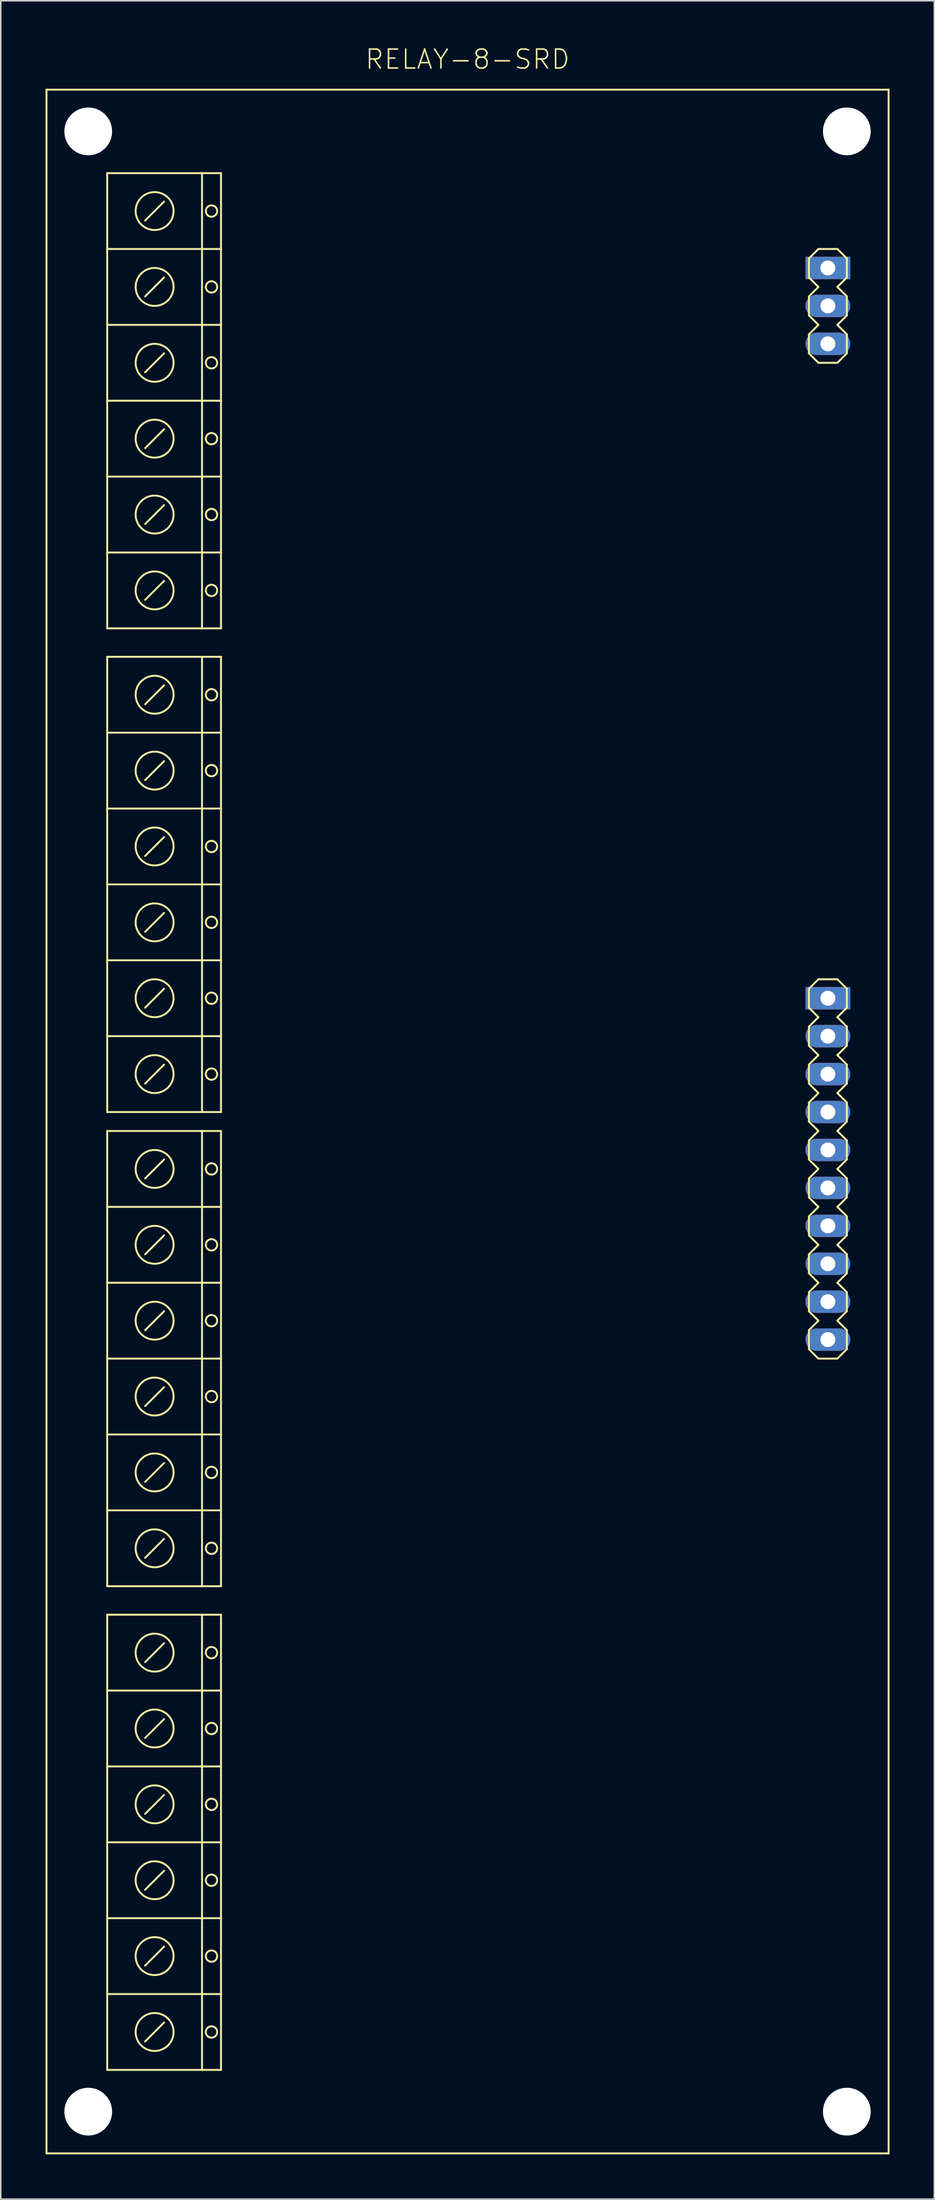
<source format=kicad_pcb>
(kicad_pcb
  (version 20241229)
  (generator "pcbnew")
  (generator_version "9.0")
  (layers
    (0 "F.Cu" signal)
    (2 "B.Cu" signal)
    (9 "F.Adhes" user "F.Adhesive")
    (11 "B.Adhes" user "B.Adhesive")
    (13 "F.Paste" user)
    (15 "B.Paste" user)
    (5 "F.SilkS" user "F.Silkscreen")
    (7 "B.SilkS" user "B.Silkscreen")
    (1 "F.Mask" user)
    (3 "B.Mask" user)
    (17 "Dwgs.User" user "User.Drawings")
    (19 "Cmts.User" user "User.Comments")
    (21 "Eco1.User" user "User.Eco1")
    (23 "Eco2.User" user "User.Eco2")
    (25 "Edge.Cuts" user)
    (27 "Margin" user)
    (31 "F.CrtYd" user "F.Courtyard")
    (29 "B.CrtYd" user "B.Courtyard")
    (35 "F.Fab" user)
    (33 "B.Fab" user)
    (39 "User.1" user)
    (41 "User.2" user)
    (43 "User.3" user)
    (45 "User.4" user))
  (footprint "RELAY-8-SRD"
    (layer "F.Cu")
    (at 28.258 72.041)
    (property "Reference" "RELAY-8-SRD" (at 0 -71.12 0) (layer "F.SilkS") (effects (font (size 1.27 1.27) (thickness 0.102))))
    (attr exclude_from_pos_files exclude_from_bom)
    (fp_line (start -28.194 -69.088) (end 28.194 -69.088) (stroke (width 0.127) (type solid)) (layer "F.SilkS"))
    (fp_line (start -28.194 69.088) (end -28.194 -69.088) (stroke (width 0.127) (type solid)) (layer "F.SilkS"))
    (fp_line (start -24.13 -63.5) (end -17.78 -63.5) (stroke (width 0.127) (type solid)) (layer "F.SilkS"))
    (fp_line (start -24.13 -58.42) (end -24.13 -63.5) (stroke (width 0.127) (type solid)) (layer "F.SilkS"))
    (fp_line (start -24.13 -53.34) (end -24.13 -58.42) (stroke (width 0.127) (type solid)) (layer "F.SilkS"))
    (fp_line (start -24.13 -53.34) (end -24.13 -48.26) (stroke (width 0.127) (type solid)) (layer "F.SilkS"))
    (fp_line (start -24.13 -48.26) (end -24.13 -43.18) (stroke (width 0.127) (type solid)) (layer "F.SilkS"))
    (fp_line (start -24.13 -48.26) (end -16.51 -48.26) (stroke (width 0.127) (type solid)) (layer "F.SilkS"))
    (fp_line (start -24.13 -43.18) (end -24.13 -38.1) (stroke (width 0.127) (type solid)) (layer "F.SilkS"))
    (fp_line (start -24.13 -43.18) (end -16.51 -43.18) (stroke (width 0.127) (type solid)) (layer "F.SilkS"))
    (fp_line (start -24.13 -38.1) (end -24.13 -33.02) (stroke (width 0.127) (type solid)) (layer "F.SilkS"))
    (fp_line (start -24.13 -38.1) (end -16.51 -38.1) (stroke (width 0.127) (type solid)) (layer "F.SilkS"))
    (fp_line (start -24.13 -33.02) (end -17.78 -33.02) (stroke (width 0.127) (type solid)) (layer "F.SilkS"))
    (fp_line (start -24.13 -31.115) (end -17.78 -31.115) (stroke (width 0.127) (type solid)) (layer "F.SilkS"))
    (fp_line (start -24.13 -26.035) (end -24.13 -31.115) (stroke (width 0.127) (type solid)) (layer "F.SilkS"))
    (fp_line (start -24.13 -20.955) (end -24.13 -26.035) (stroke (width 0.127) (type solid)) (layer "F.SilkS"))
    (fp_line (start -24.13 -20.955) (end -24.13 -15.875) (stroke (width 0.127) (type solid)) (layer "F.SilkS"))
    (fp_line (start -24.13 -15.875) (end -24.13 -10.795) (stroke (width 0.127) (type solid)) (layer "F.SilkS"))
    (fp_line (start -24.13 -15.875) (end -16.51 -15.875) (stroke (width 0.127) (type solid)) (layer "F.SilkS"))
    (fp_line (start -24.13 -10.795) (end -24.13 -5.715) (stroke (width 0.127) (type solid)) (layer "F.SilkS"))
    (fp_line (start -24.13 -10.795) (end -16.51 -10.795) (stroke (width 0.127) (type solid)) (layer "F.SilkS"))
    (fp_line (start -24.13 -5.715) (end -24.13 -0.635) (stroke (width 0.127) (type solid)) (layer "F.SilkS"))
    (fp_line (start -24.13 -5.715) (end -16.51 -5.715) (stroke (width 0.127) (type solid)) (layer "F.SilkS"))
    (fp_line (start -24.13 -0.635) (end -17.78 -0.635) (stroke (width 0.127) (type solid)) (layer "F.SilkS"))
    (fp_line (start -24.13 0.635) (end -17.78 0.635) (stroke (width 0.127) (type solid)) (layer "F.SilkS"))
    (fp_line (start -24.13 5.715) (end -24.13 0.635) (stroke (width 0.127) (type solid)) (layer "F.SilkS"))
    (fp_line (start -24.13 10.795) (end -24.13 5.715) (stroke (width 0.127) (type solid)) (layer "F.SilkS"))
    (fp_line (start -24.13 10.795) (end -24.13 15.875) (stroke (width 0.127) (type solid)) (layer "F.SilkS"))
    (fp_line (start -24.13 15.875) (end -24.13 20.955) (stroke (width 0.127) (type solid)) (layer "F.SilkS"))
    (fp_line (start -24.13 15.875) (end -16.51 15.875) (stroke (width 0.127) (type solid)) (layer "F.SilkS"))
    (fp_line (start -24.13 20.955) (end -24.13 26.035) (stroke (width 0.127) (type solid)) (layer "F.SilkS"))
    (fp_line (start -24.13 20.955) (end -16.51 20.955) (stroke (width 0.127) (type solid)) (layer "F.SilkS"))
    (fp_line (start -24.13 26.035) (end -24.13 31.115) (stroke (width 0.127) (type solid)) (layer "F.SilkS"))
    (fp_line (start -24.13 26.035) (end -16.51 26.035) (stroke (width 0.127) (type solid)) (layer "F.SilkS"))
    (fp_line (start -24.13 31.115) (end -17.78 31.115) (stroke (width 0.127) (type solid)) (layer "F.SilkS"))
    (fp_line (start -24.13 33.02) (end -17.78 33.02) (stroke (width 0.127) (type solid)) (layer "F.SilkS"))
    (fp_line (start -24.13 38.1) (end -24.13 33.02) (stroke (width 0.127) (type solid)) (layer "F.SilkS"))
    (fp_line (start -24.13 43.18) (end -24.13 38.1) (stroke (width 0.127) (type solid)) (layer "F.SilkS"))
    (fp_line (start -24.13 43.18) (end -24.13 48.26) (stroke (width 0.127) (type solid)) (layer "F.SilkS"))
    (fp_line (start -24.13 48.26) (end -24.13 53.34) (stroke (width 0.127) (type solid)) (layer "F.SilkS"))
    (fp_line (start -24.13 48.26) (end -16.51 48.26) (stroke (width 0.127) (type solid)) (layer "F.SilkS"))
    (fp_line (start -24.13 53.34) (end -24.13 58.42) (stroke (width 0.127) (type solid)) (layer "F.SilkS"))
    (fp_line (start -24.13 53.34) (end -16.51 53.34) (stroke (width 0.127) (type solid)) (layer "F.SilkS"))
    (fp_line (start -24.13 58.42) (end -24.13 63.5) (stroke (width 0.127) (type solid)) (layer "F.SilkS"))
    (fp_line (start -24.13 58.42) (end -16.51 58.42) (stroke (width 0.127) (type solid)) (layer "F.SilkS"))
    (fp_line (start -24.13 63.5) (end -17.78 63.5) (stroke (width 0.127) (type solid)) (layer "F.SilkS"))
    (fp_line (start -20.32 -61.595) (end -21.59 -60.325) (stroke (width 0.127) (type solid)) (layer "F.SilkS"))
    (fp_line (start -20.32 -56.515) (end -21.59 -55.245) (stroke (width 0.127) (type solid)) (layer "F.SilkS"))
    (fp_line (start -20.32 -51.435) (end -21.59 -50.165) (stroke (width 0.127) (type solid)) (layer "F.SilkS"))
    (fp_line (start -20.32 -46.355) (end -21.59 -45.085) (stroke (width 0.127) (type solid)) (layer "F.SilkS"))
    (fp_line (start -20.32 -41.275) (end -21.59 -40.005) (stroke (width 0.127) (type solid)) (layer "F.SilkS"))
    (fp_line (start -20.32 -36.195) (end -21.59 -34.925) (stroke (width 0.127) (type solid)) (layer "F.SilkS"))
    (fp_line (start -20.32 -29.21) (end -21.59 -27.94) (stroke (width 0.127) (type solid)) (layer "F.SilkS"))
    (fp_line (start -20.32 -24.13) (end -21.59 -22.86) (stroke (width 0.127) (type solid)) (layer "F.SilkS"))
    (fp_line (start -20.32 -19.05) (end -21.59 -17.78) (stroke (width 0.127) (type solid)) (layer "F.SilkS"))
    (fp_line (start -20.32 -13.97) (end -21.59 -12.7) (stroke (width 0.127) (type solid)) (layer "F.SilkS"))
    (fp_line (start -20.32 -8.89) (end -21.59 -7.62) (stroke (width 0.127) (type solid)) (layer "F.SilkS"))
    (fp_line (start -20.32 -3.81) (end -21.59 -2.54) (stroke (width 0.127) (type solid)) (layer "F.SilkS"))
    (fp_line (start -20.32 2.54) (end -21.59 3.81) (stroke (width 0.127) (type solid)) (layer "F.SilkS"))
    (fp_line (start -20.32 7.62) (end -21.59 8.89) (stroke (width 0.127) (type solid)) (layer "F.SilkS"))
    (fp_line (start -20.32 12.7) (end -21.59 13.97) (stroke (width 0.127) (type solid)) (layer "F.SilkS"))
    (fp_line (start -20.32 17.78) (end -21.59 19.05) (stroke (width 0.127) (type solid)) (layer "F.SilkS"))
    (fp_line (start -20.32 22.86) (end -21.59 24.13) (stroke (width 0.127) (type solid)) (layer "F.SilkS"))
    (fp_line (start -20.32 27.94) (end -21.59 29.21) (stroke (width 0.127) (type solid)) (layer "F.SilkS"))
    (fp_line (start -20.32 34.925) (end -21.59 36.195) (stroke (width 0.127) (type solid)) (layer "F.SilkS"))
    (fp_line (start -20.32 40.005) (end -21.59 41.275) (stroke (width 0.127) (type solid)) (layer "F.SilkS"))
    (fp_line (start -20.32 45.085) (end -21.59 46.355) (stroke (width 0.127) (type solid)) (layer "F.SilkS"))
    (fp_line (start -20.32 50.165) (end -21.59 51.435) (stroke (width 0.127) (type solid)) (layer "F.SilkS"))
    (fp_line (start -20.32 55.245) (end -21.59 56.515) (stroke (width 0.127) (type solid)) (layer "F.SilkS"))
    (fp_line (start -20.32 60.325) (end -21.59 61.595) (stroke (width 0.127) (type solid)) (layer "F.SilkS"))
    (fp_line (start -17.78 -63.5) (end -17.78 -33.02) (stroke (width 0.127) (type solid)) (layer "F.SilkS"))
    (fp_line (start -17.78 -63.5) (end -16.51 -63.5) (stroke (width 0.127) (type solid)) (layer "F.SilkS"))
    (fp_line (start -17.78 -33.02) (end -16.51 -33.02) (stroke (width 0.127) (type solid)) (layer "F.SilkS"))
    (fp_line (start -17.78 -31.115) (end -17.78 -0.635) (stroke (width 0.127) (type solid)) (layer "F.SilkS"))
    (fp_line (start -17.78 -31.115) (end -16.51 -31.115) (stroke (width 0.127) (type solid)) (layer "F.SilkS"))
    (fp_line (start -17.78 -0.635) (end -16.51 -0.635) (stroke (width 0.127) (type solid)) (layer "F.SilkS"))
    (fp_line (start -17.78 0.635) (end -17.78 31.115) (stroke (width 0.127) (type solid)) (layer "F.SilkS"))
    (fp_line (start -17.78 0.635) (end -16.51 0.635) (stroke (width 0.127) (type solid)) (layer "F.SilkS"))
    (fp_line (start -17.78 31.115) (end -16.51 31.115) (stroke (width 0.127) (type solid)) (layer "F.SilkS"))
    (fp_line (start -17.78 33.02) (end -17.78 63.5) (stroke (width 0.127) (type solid)) (layer "F.SilkS"))
    (fp_line (start -17.78 33.02) (end -16.51 33.02) (stroke (width 0.127) (type solid)) (layer "F.SilkS"))
    (fp_line (start -17.78 63.5) (end -16.51 63.5) (stroke (width 0.127) (type solid)) (layer "F.SilkS"))
    (fp_line (start -16.51 -63.5) (end -16.51 -58.42) (stroke (width 0.127) (type solid)) (layer "F.SilkS"))
    (fp_line (start -16.51 -58.42) (end -24.13 -58.42) (stroke (width 0.127) (type solid)) (layer "F.SilkS"))
    (fp_line (start -16.51 -58.42) (end -16.51 -53.34) (stroke (width 0.127) (type solid)) (layer "F.SilkS"))
    (fp_line (start -16.51 -53.34) (end -24.13 -53.34) (stroke (width 0.127) (type solid)) (layer "F.SilkS"))
    (fp_line (start -16.51 -48.26) (end -16.51 -53.34) (stroke (width 0.127) (type solid)) (layer "F.SilkS"))
    (fp_line (start -16.51 -43.18) (end -16.51 -48.26) (stroke (width 0.127) (type solid)) (layer "F.SilkS"))
    (fp_line (start -16.51 -38.1) (end -16.51 -43.18) (stroke (width 0.127) (type solid)) (layer "F.SilkS"))
    (fp_line (start -16.51 -33.02) (end -16.51 -38.1) (stroke (width 0.127) (type solid)) (layer "F.SilkS"))
    (fp_line (start -16.51 -31.115) (end -16.51 -26.035) (stroke (width 0.127) (type solid)) (layer "F.SilkS"))
    (fp_line (start -16.51 -26.035) (end -24.13 -26.035) (stroke (width 0.127) (type solid)) (layer "F.SilkS"))
    (fp_line (start -16.51 -26.035) (end -16.51 -20.955) (stroke (width 0.127) (type solid)) (layer "F.SilkS"))
    (fp_line (start -16.51 -20.955) (end -24.13 -20.955) (stroke (width 0.127) (type solid)) (layer "F.SilkS"))
    (fp_line (start -16.51 -15.875) (end -16.51 -20.955) (stroke (width 0.127) (type solid)) (layer "F.SilkS"))
    (fp_line (start -16.51 -10.795) (end -16.51 -15.875) (stroke (width 0.127) (type solid)) (layer "F.SilkS"))
    (fp_line (start -16.51 -5.715) (end -16.51 -10.795) (stroke (width 0.127) (type solid)) (layer "F.SilkS"))
    (fp_line (start -16.51 -0.635) (end -16.51 -5.715) (stroke (width 0.127) (type solid)) (layer "F.SilkS"))
    (fp_line (start -16.51 0.635) (end -16.51 5.715) (stroke (width 0.127) (type solid)) (layer "F.SilkS"))
    (fp_line (start -16.51 5.715) (end -24.13 5.715) (stroke (width 0.127) (type solid)) (layer "F.SilkS"))
    (fp_line (start -16.51 5.715) (end -16.51 10.795) (stroke (width 0.127) (type solid)) (layer "F.SilkS"))
    (fp_line (start -16.51 10.795) (end -24.13 10.795) (stroke (width 0.127) (type solid)) (layer "F.SilkS"))
    (fp_line (start -16.51 15.875) (end -16.51 10.795) (stroke (width 0.127) (type solid)) (layer "F.SilkS"))
    (fp_line (start -16.51 20.955) (end -16.51 15.875) (stroke (width 0.127) (type solid)) (layer "F.SilkS"))
    (fp_line (start -16.51 26.035) (end -16.51 20.955) (stroke (width 0.127) (type solid)) (layer "F.SilkS"))
    (fp_line (start -16.51 31.115) (end -16.51 26.035) (stroke (width 0.127) (type solid)) (layer "F.SilkS"))
    (fp_line (start -16.51 33.02) (end -16.51 38.1) (stroke (width 0.127) (type solid)) (layer "F.SilkS"))
    (fp_line (start -16.51 38.1) (end -24.13 38.1) (stroke (width 0.127) (type solid)) (layer "F.SilkS"))
    (fp_line (start -16.51 38.1) (end -16.51 43.18) (stroke (width 0.127) (type solid)) (layer "F.SilkS"))
    (fp_line (start -16.51 43.18) (end -24.13 43.18) (stroke (width 0.127) (type solid)) (layer "F.SilkS"))
    (fp_line (start -16.51 48.26) (end -16.51 43.18) (stroke (width 0.127) (type solid)) (layer "F.SilkS"))
    (fp_line (start -16.51 53.34) (end -16.51 48.26) (stroke (width 0.127) (type solid)) (layer "F.SilkS"))
    (fp_line (start -16.51 58.42) (end -16.51 53.34) (stroke (width 0.127) (type solid)) (layer "F.SilkS"))
    (fp_line (start -16.51 63.5) (end -16.51 58.42) (stroke (width 0.127) (type solid)) (layer "F.SilkS"))
    (fp_line (start 22.86 -57.785) (end 23.495 -58.42) (stroke (width 0.127) (type solid)) (layer "F.SilkS"))
    (fp_line (start 22.86 -56.515) (end 22.86 -57.785) (stroke (width 0.127) (type solid)) (layer "F.SilkS"))
    (fp_line (start 22.86 -55.245) (end 23.495 -55.88) (stroke (width 0.127) (type solid)) (layer "F.SilkS"))
    (fp_line (start 22.86 -53.975) (end 22.86 -55.245) (stroke (width 0.127) (type solid)) (layer "F.SilkS"))
    (fp_line (start 22.86 -52.705) (end 23.495 -53.34) (stroke (width 0.127) (type solid)) (layer "F.SilkS"))
    (fp_line (start 22.86 -51.435) (end 22.86 -52.705) (stroke (width 0.127) (type solid)) (layer "F.SilkS"))
    (fp_line (start 22.86 -8.89) (end 23.495 -9.525) (stroke (width 0.127) (type solid)) (layer "F.SilkS"))
    (fp_line (start 22.86 -7.62) (end 22.86 -8.89) (stroke (width 0.127) (type solid)) (layer "F.SilkS"))
    (fp_line (start 22.86 -6.35) (end 23.495 -6.985) (stroke (width 0.127) (type solid)) (layer "F.SilkS"))
    (fp_line (start 22.86 -5.08) (end 22.86 -6.35) (stroke (width 0.127) (type solid)) (layer "F.SilkS"))
    (fp_line (start 22.86 -3.81) (end 23.495 -4.445) (stroke (width 0.127) (type solid)) (layer "F.SilkS"))
    (fp_line (start 22.86 -2.54) (end 22.86 -3.81) (stroke (width 0.127) (type solid)) (layer "F.SilkS"))
    (fp_line (start 22.86 -1.27) (end 23.495 -1.905) (stroke (width 0.127) (type solid)) (layer "F.SilkS"))
    (fp_line (start 22.86 0) (end 22.86 -1.27) (stroke (width 0.127) (type solid)) (layer "F.SilkS"))
    (fp_line (start 22.86 1.27) (end 22.86 2.54) (stroke (width 0.127) (type solid)) (layer "F.SilkS"))
    (fp_line (start 22.86 2.54) (end 23.495 3.175) (stroke (width 0.127) (type solid)) (layer "F.SilkS"))
    (fp_line (start 22.86 3.81) (end 22.86 5.08) (stroke (width 0.127) (type solid)) (layer "F.SilkS"))
    (fp_line (start 22.86 5.08) (end 23.495 5.715) (stroke (width 0.127) (type solid)) (layer "F.SilkS"))
    (fp_line (start 22.86 6.35) (end 23.495 5.715) (stroke (width 0.127) (type solid)) (layer "F.SilkS"))
    (fp_line (start 22.86 7.62) (end 22.86 6.35) (stroke (width 0.127) (type solid)) (layer "F.SilkS"))
    (fp_line (start 22.86 8.89) (end 23.495 8.255) (stroke (width 0.127) (type solid)) (layer "F.SilkS"))
    (fp_line (start 22.86 10.16) (end 22.86 8.89) (stroke (width 0.127) (type solid)) (layer "F.SilkS"))
    (fp_line (start 22.86 11.43) (end 23.495 10.795) (stroke (width 0.127) (type solid)) (layer "F.SilkS"))
    (fp_line (start 22.86 12.7) (end 22.86 11.43) (stroke (width 0.127) (type solid)) (layer "F.SilkS"))
    (fp_line (start 22.86 13.97) (end 23.495 13.335) (stroke (width 0.127) (type solid)) (layer "F.SilkS"))
    (fp_line (start 22.86 15.24) (end 22.86 13.97) (stroke (width 0.127) (type solid)) (layer "F.SilkS"))
    (fp_line (start 23.495 -58.42) (end 24.765 -58.42) (stroke (width 0.127) (type solid)) (layer "F.SilkS"))
    (fp_line (start 23.495 -55.88) (end 22.86 -56.515) (stroke (width 0.127) (type solid)) (layer "F.SilkS"))
    (fp_line (start 23.495 -53.34) (end 22.86 -53.975) (stroke (width 0.127) (type solid)) (layer "F.SilkS"))
    (fp_line (start 23.495 -50.8) (end 22.86 -51.435) (stroke (width 0.127) (type solid)) (layer "F.SilkS"))
    (fp_line (start 23.495 -50.8) (end 24.765 -50.8) (stroke (width 0.127) (type solid)) (layer "F.SilkS"))
    (fp_line (start 23.495 -9.525) (end 24.765 -9.525) (stroke (width 0.127) (type solid)) (layer "F.SilkS"))
    (fp_line (start 23.495 -6.985) (end 22.86 -7.62) (stroke (width 0.127) (type solid)) (layer "F.SilkS"))
    (fp_line (start 23.495 -4.445) (end 22.86 -5.08) (stroke (width 0.127) (type solid)) (layer "F.SilkS"))
    (fp_line (start 23.495 -1.905) (end 22.86 -2.54) (stroke (width 0.127) (type solid)) (layer "F.SilkS"))
    (fp_line (start 23.495 0.635) (end 22.86 0) (stroke (width 0.127) (type solid)) (layer "F.SilkS"))
    (fp_line (start 23.495 0.635) (end 22.86 1.27) (stroke (width 0.127) (type solid)) (layer "F.SilkS"))
    (fp_line (start 23.495 3.175) (end 22.86 3.81) (stroke (width 0.127) (type solid)) (layer "F.SilkS"))
    (fp_line (start 23.495 8.255) (end 22.86 7.62) (stroke (width 0.127) (type solid)) (layer "F.SilkS"))
    (fp_line (start 23.495 10.795) (end 22.86 10.16) (stroke (width 0.127) (type solid)) (layer "F.SilkS"))
    (fp_line (start 23.495 13.335) (end 22.86 12.7) (stroke (width 0.127) (type solid)) (layer "F.SilkS"))
    (fp_line (start 23.495 15.875) (end 22.86 15.24) (stroke (width 0.127) (type solid)) (layer "F.SilkS"))
    (fp_line (start 24.765 -58.42) (end 25.4 -57.785) (stroke (width 0.127) (type solid)) (layer "F.SilkS"))
    (fp_line (start 24.765 -55.88) (end 25.4 -55.245) (stroke (width 0.127) (type solid)) (layer "F.SilkS"))
    (fp_line (start 24.765 -53.34) (end 25.4 -52.705) (stroke (width 0.127) (type solid)) (layer "F.SilkS"))
    (fp_line (start 24.765 -9.525) (end 25.4 -8.89) (stroke (width 0.127) (type solid)) (layer "F.SilkS"))
    (fp_line (start 24.765 -6.985) (end 25.4 -6.35) (stroke (width 0.127) (type solid)) (layer "F.SilkS"))
    (fp_line (start 24.765 -4.445) (end 25.4 -3.81) (stroke (width 0.127) (type solid)) (layer "F.SilkS"))
    (fp_line (start 24.765 -1.905) (end 25.4 -1.27) (stroke (width 0.127) (type solid)) (layer "F.SilkS"))
    (fp_line (start 24.765 3.175) (end 25.4 2.54) (stroke (width 0.127) (type solid)) (layer "F.SilkS"))
    (fp_line (start 24.765 5.715) (end 25.4 5.08) (stroke (width 0.127) (type solid)) (layer "F.SilkS"))
    (fp_line (start 24.765 5.715) (end 25.4 6.35) (stroke (width 0.127) (type solid)) (layer "F.SilkS"))
    (fp_line (start 24.765 8.255) (end 25.4 8.89) (stroke (width 0.127) (type solid)) (layer "F.SilkS"))
    (fp_line (start 24.765 10.795) (end 25.4 11.43) (stroke (width 0.127) (type solid)) (layer "F.SilkS"))
    (fp_line (start 24.765 13.335) (end 25.4 13.97) (stroke (width 0.127) (type solid)) (layer "F.SilkS"))
    (fp_line (start 24.765 15.875) (end 23.495 15.875) (stroke (width 0.127) (type solid)) (layer "F.SilkS"))
    (fp_line (start 25.4 -57.785) (end 25.4 -56.515) (stroke (width 0.127) (type solid)) (layer "F.SilkS"))
    (fp_line (start 25.4 -56.515) (end 24.765 -55.88) (stroke (width 0.127) (type solid)) (layer "F.SilkS"))
    (fp_line (start 25.4 -55.245) (end 25.4 -53.975) (stroke (width 0.127) (type solid)) (layer "F.SilkS"))
    (fp_line (start 25.4 -53.975) (end 24.765 -53.34) (stroke (width 0.127) (type solid)) (layer "F.SilkS"))
    (fp_line (start 25.4 -52.705) (end 25.4 -51.435) (stroke (width 0.127) (type solid)) (layer "F.SilkS"))
    (fp_line (start 25.4 -51.435) (end 24.765 -50.8) (stroke (width 0.127) (type solid)) (layer "F.SilkS"))
    (fp_line (start 25.4 -8.89) (end 25.4 -7.62) (stroke (width 0.127) (type solid)) (layer "F.SilkS"))
    (fp_line (start 25.4 -7.62) (end 24.765 -6.985) (stroke (width 0.127) (type solid)) (layer "F.SilkS"))
    (fp_line (start 25.4 -6.35) (end 25.4 -5.08) (stroke (width 0.127) (type solid)) (layer "F.SilkS"))
    (fp_line (start 25.4 -5.08) (end 24.765 -4.445) (stroke (width 0.127) (type solid)) (layer "F.SilkS"))
    (fp_line (start 25.4 -3.81) (end 25.4 -2.54) (stroke (width 0.127) (type solid)) (layer "F.SilkS"))
    (fp_line (start 25.4 -2.54) (end 24.765 -1.905) (stroke (width 0.127) (type solid)) (layer "F.SilkS"))
    (fp_line (start 25.4 -1.27) (end 25.4 0) (stroke (width 0.127) (type solid)) (layer "F.SilkS"))
    (fp_line (start 25.4 0) (end 24.765 0.635) (stroke (width 0.127) (type solid)) (layer "F.SilkS"))
    (fp_line (start 25.4 1.27) (end 24.765 0.635) (stroke (width 0.127) (type solid)) (layer "F.SilkS"))
    (fp_line (start 25.4 2.54) (end 25.4 1.27) (stroke (width 0.127) (type solid)) (layer "F.SilkS"))
    (fp_line (start 25.4 3.81) (end 24.765 3.175) (stroke (width 0.127) (type solid)) (layer "F.SilkS"))
    (fp_line (start 25.4 5.08) (end 25.4 3.81) (stroke (width 0.127) (type solid)) (layer "F.SilkS"))
    (fp_line (start 25.4 6.35) (end 25.4 7.62) (stroke (width 0.127) (type solid)) (layer "F.SilkS"))
    (fp_line (start 25.4 7.62) (end 24.765 8.255) (stroke (width 0.127) (type solid)) (layer "F.SilkS"))
    (fp_line (start 25.4 8.89) (end 25.4 10.16) (stroke (width 0.127) (type solid)) (layer "F.SilkS"))
    (fp_line (start 25.4 10.16) (end 24.765 10.795) (stroke (width 0.127) (type solid)) (layer "F.SilkS"))
    (fp_line (start 25.4 11.43) (end 25.4 12.7) (stroke (width 0.127) (type solid)) (layer "F.SilkS"))
    (fp_line (start 25.4 12.7) (end 24.765 13.335) (stroke (width 0.127) (type solid)) (layer "F.SilkS"))
    (fp_line (start 25.4 13.97) (end 25.4 15.24) (stroke (width 0.127) (type solid)) (layer "F.SilkS"))
    (fp_line (start 25.4 15.24) (end 24.765 15.875) (stroke (width 0.127) (type solid)) (layer "F.SilkS"))
    (fp_line (start 28.194 -69.088) (end 28.194 69.088) (stroke (width 0.127) (type solid)) (layer "F.SilkS"))
    (fp_line (start 28.194 69.088) (end -28.194 69.088) (stroke (width 0.127) (type solid)) (layer "F.SilkS"))
    (fp_circle (center -20.955 -60.96) (end -20.955 -62.23) (stroke (width 0.127) (type solid)) (fill no) (layer "F.SilkS"))
    (fp_circle (center -20.955 -55.88) (end -20.955 -57.15) (stroke (width 0.127) (type solid)) (fill no) (layer "F.SilkS"))
    (fp_circle (center -20.955 -50.8) (end -20.955 -52.07) (stroke (width 0.127) (type solid)) (fill no) (layer "F.SilkS"))
    (fp_circle (center -20.955 -45.72) (end -20.955 -46.99) (stroke (width 0.127) (type solid)) (fill no) (layer "F.SilkS"))
    (fp_circle (center -20.955 -40.64) (end -20.955 -41.91) (stroke (width 0.127) (type solid)) (fill no) (layer "F.SilkS"))
    (fp_circle (center -20.955 -35.56) (end -20.955 -36.83) (stroke (width 0.127) (type solid)) (fill no) (layer "F.SilkS"))
    (fp_circle (center -20.955 -28.575) (end -20.955 -29.845) (stroke (width 0.127) (type solid)) (fill no) (layer "F.SilkS"))
    (fp_circle (center -20.955 -23.495) (end -20.955 -24.765) (stroke (width 0.127) (type solid)) (fill no) (layer "F.SilkS"))
    (fp_circle (center -20.955 -18.415) (end -20.955 -19.685) (stroke (width 0.127) (type solid)) (fill no) (layer "F.SilkS"))
    (fp_circle (center -20.955 -13.335) (end -20.955 -14.605) (stroke (width 0.127) (type solid)) (fill no) (layer "F.SilkS"))
    (fp_circle (center -20.955 -8.255) (end -20.955 -9.525) (stroke (width 0.127) (type solid)) (fill no) (layer "F.SilkS"))
    (fp_circle (center -20.955 -3.175) (end -20.955 -4.445) (stroke (width 0.127) (type solid)) (fill no) (layer "F.SilkS"))
    (fp_circle (center -20.955 3.175) (end -20.955 1.905) (stroke (width 0.127) (type solid)) (fill no) (layer "F.SilkS"))
    (fp_circle (center -20.955 8.255) (end -20.955 6.985) (stroke (width 0.127) (type solid)) (fill no) (layer "F.SilkS"))
    (fp_circle (center -20.955 13.335) (end -20.955 12.065) (stroke (width 0.127) (type solid)) (fill no) (layer "F.SilkS"))
    (fp_circle (center -20.955 18.415) (end -20.955 17.145) (stroke (width 0.127) (type solid)) (fill no) (layer "F.SilkS"))
    (fp_circle (center -20.955 23.495) (end -20.955 22.225) (stroke (width 0.127) (type solid)) (fill no) (layer "F.SilkS"))
    (fp_circle (center -20.955 28.575) (end -20.955 27.305) (stroke (width 0.127) (type solid)) (fill no) (layer "F.SilkS"))
    (fp_circle (center -20.955 35.56) (end -20.955 34.29) (stroke (width 0.127) (type solid)) (fill no) (layer "F.SilkS"))
    (fp_circle (center -20.955 40.64) (end -20.955 39.37) (stroke (width 0.127) (type solid)) (fill no) (layer "F.SilkS"))
    (fp_circle (center -20.955 45.72) (end -20.955 44.45) (stroke (width 0.127) (type solid)) (fill no) (layer "F.SilkS"))
    (fp_circle (center -20.955 50.8) (end -20.955 49.53) (stroke (width 0.127) (type solid)) (fill no) (layer "F.SilkS"))
    (fp_circle (center -20.955 55.88) (end -20.955 54.61) (stroke (width 0.127) (type solid)) (fill no) (layer "F.SilkS"))
    (fp_circle (center -20.955 60.96) (end -20.955 59.69) (stroke (width 0.127) (type solid)) (fill no) (layer "F.SilkS"))
    (fp_circle (center -17.145 -60.96) (end -17.145 -61.341) (stroke (width 0.127) (type solid)) (fill no) (layer "F.SilkS"))
    (fp_circle (center -17.145 -55.88) (end -17.145 -56.261) (stroke (width 0.127) (type solid)) (fill no) (layer "F.SilkS"))
    (fp_circle (center -17.145 -50.8) (end -17.145 -51.181) (stroke (width 0.127) (type solid)) (fill no) (layer "F.SilkS"))
    (fp_circle (center -17.145 -45.72) (end -17.145 -46.101) (stroke (width 0.127) (type solid)) (fill no) (layer "F.SilkS"))
    (fp_circle (center -17.145 -40.64) (end -17.145 -41.021) (stroke (width 0.127) (type solid)) (fill no) (layer "F.SilkS"))
    (fp_circle (center -17.145 -35.56) (end -17.145 -35.941) (stroke (width 0.127) (type solid)) (fill no) (layer "F.SilkS"))
    (fp_circle (center -17.145 -28.575) (end -17.145 -28.956) (stroke (width 0.127) (type solid)) (fill no) (layer "F.SilkS"))
    (fp_circle (center -17.145 -23.495) (end -17.145 -23.876) (stroke (width 0.127) (type solid)) (fill no) (layer "F.SilkS"))
    (fp_circle (center -17.145 -18.415) (end -17.145 -18.796) (stroke (width 0.127) (type solid)) (fill no) (layer "F.SilkS"))
    (fp_circle (center -17.145 -13.335) (end -17.145 -13.716) (stroke (width 0.127) (type solid)) (fill no) (layer "F.SilkS"))
    (fp_circle (center -17.145 -8.255) (end -17.145 -8.636) (stroke (width 0.127) (type solid)) (fill no) (layer "F.SilkS"))
    (fp_circle (center -17.145 -3.175) (end -17.145 -3.556) (stroke (width 0.127) (type solid)) (fill no) (layer "F.SilkS"))
    (fp_circle (center -17.145 3.175) (end -17.145 2.794) (stroke (width 0.127) (type solid)) (fill no) (layer "F.SilkS"))
    (fp_circle (center -17.145 8.255) (end -17.145 7.874) (stroke (width 0.127) (type solid)) (fill no) (layer "F.SilkS"))
    (fp_circle (center -17.145 13.335) (end -17.145 12.954) (stroke (width 0.127) (type solid)) (fill no) (layer "F.SilkS"))
    (fp_circle (center -17.145 18.415) (end -17.145 18.034) (stroke (width 0.127) (type solid)) (fill no) (layer "F.SilkS"))
    (fp_circle (center -17.145 23.495) (end -17.145 23.114) (stroke (width 0.127) (type solid)) (fill no) (layer "F.SilkS"))
    (fp_circle (center -17.145 28.575) (end -17.145 28.194) (stroke (width 0.127) (type solid)) (fill no) (layer "F.SilkS"))
    (fp_circle (center -17.145 35.56) (end -17.145 35.179) (stroke (width 0.127) (type solid)) (fill no) (layer "F.SilkS"))
    (fp_circle (center -17.145 40.64) (end -17.145 40.259) (stroke (width 0.127) (type solid)) (fill no) (layer "F.SilkS"))
    (fp_circle (center -17.145 45.72) (end -17.145 45.339) (stroke (width 0.127) (type solid)) (fill no) (layer "F.SilkS"))
    (fp_circle (center -17.145 50.8) (end -17.145 50.419) (stroke (width 0.127) (type solid)) (fill no) (layer "F.SilkS"))
    (fp_circle (center -17.145 55.88) (end -17.145 55.499) (stroke (width 0.127) (type solid)) (fill no) (layer "F.SilkS"))
    (fp_circle (center -17.145 60.96) (end -17.145 60.579) (stroke (width 0.127) (type solid)) (fill no) (layer "F.SilkS"))
    (pad "" np_thru_hole circle (at -25.4 -66.294) (size 3.198 3.198) (drill 3.198) (layers "*.Cu" "*.Mask"))
    (pad "" np_thru_hole circle (at -25.4 66.294) (size 3.198 3.198) (drill 3.198) (layers "*.Cu" "*.Mask"))
    (pad "" np_thru_hole circle (at 25.4 -66.294) (size 3.198 3.198) (drill 3.198) (layers "*.Cu" "*.Mask"))
    (pad "" np_thru_hole circle (at 25.4 66.294) (size 3.198 3.198) (drill 3.198) (layers "*.Cu" "*.Mask"))
    (pad "J1.1" thru_hole rect (at 24.13 -8.255) (size 3 1.5) (drill 1) (layers "*.Cu" "*.Paste" "*.Mask"))
    (pad "J1.2" thru_hole oval (at 24.13 -5.715) (size 3 1.5) (drill 1) (layers "*.Cu" "*.Paste" "*.Mask"))
    (pad "J1.3" thru_hole oval (at 24.13 -3.175) (size 3 1.5) (drill 1) (layers "*.Cu" "*.Paste" "*.Mask"))
    (pad "J1.4" thru_hole oval (at 24.13 -0.635) (size 3 1.5) (drill 1) (layers "*.Cu" "*.Paste" "*.Mask"))
    (pad "J1.5" thru_hole oval (at 24.13 1.905) (size 3 1.5) (drill 1) (layers "*.Cu" "*.Paste" "*.Mask"))
    (pad "J1.6" thru_hole oval (at 24.13 4.445) (size 3 1.5) (drill 1) (layers "*.Cu" "*.Paste" "*.Mask"))
    (pad "J1.7" thru_hole oval (at 24.13 6.985) (size 3 1.5) (drill 1) (layers "*.Cu" "*.Paste" "*.Mask"))
    (pad "J1.8" thru_hole oval (at 24.13 9.525) (size 3 1.5) (drill 1) (layers "*.Cu" "*.Paste" "*.Mask"))
    (pad "J1.9" thru_hole oval (at 24.13 12.065) (size 3 1.5) (drill 1) (layers "*.Cu" "*.Paste" "*.Mask"))
    (pad "J1.10" thru_hole oval (at 24.13 14.605) (size 3 1.5) (drill 1) (layers "*.Cu" "*.Paste" "*.Mask"))
    (pad "J2.1" thru_hole rect (at 24.13 -57.15) (size 3 1.5) (drill 1) (layers "*.Cu" "*.Paste" "*.Mask"))
    (pad "J2.2" thru_hole oval (at 24.13 -54.61) (size 3 1.5) (drill 1) (layers "*.Cu" "*.Paste" "*.Mask"))
    (pad "J2.3" thru_hole oval (at 24.13 -52.07) (size 3 1.5) (drill 1) (layers "*.Cu" "*.Paste" "*.Mask")))
  (gr_rect
    (start -3 -3)
    (end 59.515 144.193)
    (stroke (width 0.1) (type default))
    (fill no)
    (layer "Edge.Cuts")))
</source>
